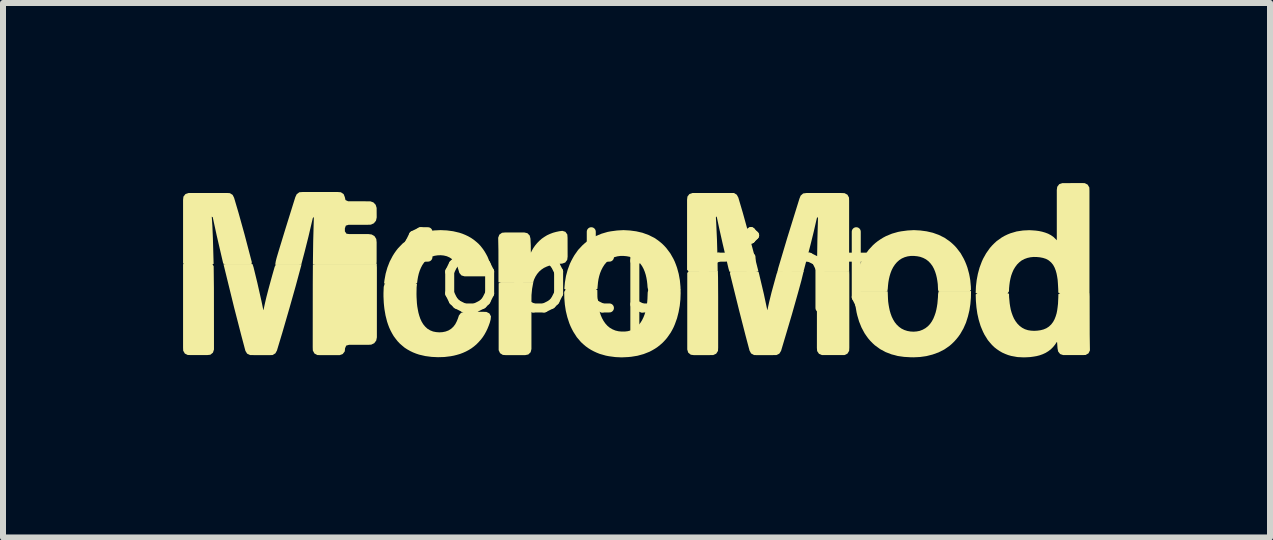
<source format=kicad_pcb>
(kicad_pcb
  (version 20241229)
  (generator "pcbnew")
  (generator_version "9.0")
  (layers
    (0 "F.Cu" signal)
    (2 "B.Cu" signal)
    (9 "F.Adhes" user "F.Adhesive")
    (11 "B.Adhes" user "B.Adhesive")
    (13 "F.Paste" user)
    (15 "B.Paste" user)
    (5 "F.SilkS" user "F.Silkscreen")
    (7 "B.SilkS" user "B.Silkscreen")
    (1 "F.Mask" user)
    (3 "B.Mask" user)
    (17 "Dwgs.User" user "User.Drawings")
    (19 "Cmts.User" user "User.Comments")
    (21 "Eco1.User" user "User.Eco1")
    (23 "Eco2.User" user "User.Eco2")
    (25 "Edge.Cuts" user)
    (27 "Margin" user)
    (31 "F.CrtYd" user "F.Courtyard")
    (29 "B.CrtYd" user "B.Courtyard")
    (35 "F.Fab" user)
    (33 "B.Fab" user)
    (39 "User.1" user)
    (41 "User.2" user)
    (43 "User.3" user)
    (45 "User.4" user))
  (footprint "footprint"
    (layer "F.Cu")
    (at 7.557 1.501)
    (property "Reference" "footprint" (at 0 0 0) (layer "F.SilkS") (effects (font (size 1.27 1.27) (thickness 0.15))))
    (fp_poly (pts (xy -7.047 -0.115) (xy -7.043 0.259) (xy -7.042 1.272) (xy -7.059 1.324) (xy -7.102 1.359) (xy -7.157 1.365) (xy -7.478 1.364) (xy -7.527 1.34) (xy -7.555 1.292) (xy -7.557 1.238) (xy -7.557 -0.152) (xy -7.069 -0.153)) (stroke (width 0) (type solid)) (fill yes) (layer "F.SilkS"))
    (fp_poly (pts (xy 3.543 0.022) (xy 3.543 1.241) (xy 3.54 1.295) (xy 3.511 1.342) (xy 3.461 1.365) (xy 3.088 1.365) (xy 3.038 1.344) (xy 3.007 1.298) (xy 3.003 1.244) (xy 3.004 -0.032) (xy 3.059 -0.035) (xy 3.541 -0.035)) (stroke (width 0) (type solid)) (fill yes) (layer "F.SilkS"))
    (fp_poly (pts (xy 1.356 0.075) (xy 1.358 0.394) (xy 1.358 1.242) (xy 1.355 1.296) (xy 1.325 1.342) (xy 1.275 1.365) (xy 0.956 1.366) (xy 0.902 1.359) (xy 0.859 1.324) (xy 0.843 1.272) (xy 0.843 -0.003) (xy 0.869 -0.035) (xy 1.353 -0.035)) (stroke (width 0) (type solid)) (fill yes) (layer "F.SilkS"))
    (fp_poly (pts (xy -1.742 0.261) (xy -1.752 0.366) (xy -1.753 0.471) (xy -1.753 1.264) (xy -1.766 1.317) (xy -1.805 1.355) (xy -1.859 1.366) (xy -2.176 1.366) (xy -2.23 1.362) (xy -2.276 1.333) (xy -2.299 1.283) (xy -2.299 0.169) (xy -2.257 0.152) (xy -1.722 0.152)) (stroke (width 0) (type solid)) (fill yes) (layer "F.SilkS"))
    (fp_poly (pts (xy -4.328 -0.095) (xy -4.328 1.07) (xy -4.339 1.123) (xy -4.372 1.167) (xy -4.422 1.191) (xy -4.476 1.194) (xy -4.793 1.194) (xy -4.839 1.207) (xy -4.858 1.251) (xy -4.863 1.303) (xy -4.897 1.347) (xy -4.948 1.366) (xy -5.267 1.366) (xy -5.321 1.364) (xy -5.369 1.338) (xy -5.395 1.289) (xy -5.397 1.235) (xy -5.396 0.176) (xy -5.394 -0.146) (xy -5.342 -0.152) (xy -4.331 -0.152)) (stroke (width 0) (type solid)) (fill yes) (layer "F.SilkS"))
    (fp_poly (pts (xy -6.777 -1.333) (xy -6.731 -1.304) (xy -6.707 -1.256) (xy -6.632 -1.002) (xy -6.533 -0.646) (xy -6.412 -0.185) (xy -6.417 -0.142) (xy -6.845 -0.142) (xy -6.888 -0.16) (xy -6.996 -0.625) (xy -7.063 -0.933) (xy -7.079 -0.941) (xy -7.069 -0.792) (xy -7.06 -0.581) (xy -7.048 -0.155) (xy -7.093 -0.142) (xy -7.518 -0.142) (xy -7.557 -0.162) (xy -7.557 -1.221) (xy -7.551 -1.275) (xy -7.517 -1.318) (xy -7.466 -1.335) (xy -6.831 -1.336)) (stroke (width 0) (type solid)) (fill yes) (layer "F.SilkS"))
    (fp_poly (pts (xy 3.463 -1.333) (xy 3.512 -1.307) (xy 3.538 -1.259) (xy 3.54 -1.205) (xy 3.54 -0.038) (xy 3.495 -0.024) (xy 3.015 -0.024) (xy 3.004 -0.071) (xy 3.011 -0.547) (xy 3.021 -0.916) (xy 3.008 -0.937) (xy 2.998 -0.899) (xy 2.951 -0.693) (xy 2.9 -0.487) (xy 2.834 -0.231) (xy 2.779 -0.024) (xy 2.346 -0.024) (xy 2.357 -0.077) (xy 2.508 -0.584) (xy 2.712 -1.241) (xy 2.732 -1.291) (xy 2.774 -1.328) (xy 2.827 -1.335) (xy 3.409 -1.335)) (stroke (width 0) (type solid)) (fill yes) (layer "F.SilkS"))
    (fp_poly (pts (xy 1.621 -1.335) (xy 1.668 -1.307) (xy 1.694 -1.259) (xy 1.769 -1.005) (xy 1.868 -0.648) (xy 1.95 -0.341) (xy 2.029 -0.028) (xy 1.973 -0.025) (xy 1.546 -0.025) (xy 1.53 -0.079) (xy 1.433 -0.491) (xy 1.375 -0.749) (xy 1.333 -0.946) (xy 1.32 -0.929) (xy 1.326 -0.826) (xy 1.338 -0.561) (xy 1.347 -0.244) (xy 1.35 -0.027) (xy 1.294 -0.026) (xy 0.869 -0.026) (xy 0.84 -0.056) (xy 0.84 -1.222) (xy 0.846 -1.276) (xy 0.88 -1.319) (xy 0.931 -1.336) (xy 1.567 -1.336)) (stroke (width 0) (type solid)) (fill yes) (layer "F.SilkS"))
    (fp_poly (pts (xy 2.033 -0.017) (xy 2.119 0.346) (xy 2.174 0.604) (xy 2.179 0.616) (xy 2.186 0.579) (xy 2.209 0.476) (xy 2.247 0.321) (xy 2.331 0.015) (xy 2.35 -0.035) (xy 2.783 -0.035) (xy 2.744 0.125) (xy 2.688 0.329) (xy 2.587 0.686) (xy 2.497 0.99) (xy 2.406 1.295) (xy 2.377 1.341) (xy 2.328 1.365) (xy 2.009 1.366) (xy 1.955 1.364) (xy 1.907 1.338) (xy 1.881 1.291) (xy 1.813 1.034) (xy 1.708 0.624) (xy 1.555 0.007) (xy 1.562 -0.035) (xy 1.99 -0.035)) (stroke (width 0) (type solid)) (fill yes) (layer "F.SilkS"))
    (fp_poly (pts (xy -5.584 -0.143) (xy -5.682 0.22) (xy -5.783 0.577) (xy -5.901 0.984) (xy -5.993 1.289) (xy -6.019 1.336) (xy -6.066 1.364) (xy -6.121 1.366) (xy -6.439 1.365) (xy -6.489 1.342) (xy -6.518 1.296) (xy -6.586 1.04) (xy -6.705 0.578) (xy -6.883 -0.148) (xy -6.829 -0.152) (xy -6.401 -0.152) (xy -6.383 -0.099) (xy -6.32 0.159) (xy -6.25 0.469) (xy -6.22 0.615) (xy -6.216 0.61) (xy -6.194 0.507) (xy -6.17 0.404) (xy -6.13 0.25) (xy -6.074 0.046) (xy -6.03 -0.108) (xy -6.006 -0.152) (xy -5.632 -0.152)) (stroke (width 0) (type solid)) (fill yes) (layer "F.SilkS"))
    (fp_poly (pts (xy -4.928 -1.348) (xy -4.882 -1.317) (xy -4.862 -1.267) (xy -4.851 -1.218) (xy -4.808 -1.198) (xy -4.437 -1.197) (xy -4.386 -1.179) (xy -4.348 -1.139) (xy -4.332 -1.087) (xy -4.331 -0.927) (xy -4.343 -0.874) (xy -4.378 -0.831) (xy -4.428 -0.808) (xy -4.482 -0.806) (xy -4.799 -0.806) (xy -4.845 -0.792) (xy -4.861 -0.747) (xy -4.861 -0.696) (xy -4.834 -0.657) (xy -4.785 -0.651) (xy -4.467 -0.651) (xy -4.414 -0.644) (xy -4.367 -0.616) (xy -4.338 -0.569) (xy -4.332 -0.515) (xy -4.332 -0.197) (xy -4.335 -0.142) (xy -5.348 -0.142) (xy -5.394 -0.154) (xy -5.389 -0.529) (xy -5.379 -0.9) (xy -5.379 -0.937) (xy -5.396 -0.916) (xy -5.468 -0.608) (xy -5.533 -0.35) (xy -5.588 -0.142) (xy -6.022 -0.142) (xy -6.012 -0.201) (xy -5.999 -0.252) (xy -5.969 -0.354) (xy -5.845 -0.76) (xy -5.687 -1.266) (xy -5.664 -1.315) (xy -5.62 -1.348) (xy -5.565 -1.352) (xy -4.982 -1.352)) (stroke (width 0) (type solid)) (fill yes) (layer "F.SilkS"))
    (fp_poly (pts (xy -1.187 -0.689) (xy -1.155 -0.644) (xy -1.151 -0.59) (xy -1.15 -0.274) (xy -1.157 -0.221) (xy -1.19 -0.177) (xy -1.241 -0.159) (xy -1.294 -0.156) (xy -1.346 -0.15) (xy -1.398 -0.141) (xy -1.448 -0.128) (xy -1.497 -0.11) (xy -1.544 -0.088) (xy -1.587 -0.059) (xy -1.626 -0.025) (xy -1.659 0.015) (xy -1.687 0.059) (xy -1.709 0.106) (xy -1.726 0.159) (xy -1.78 0.162) (xy -2.255 0.162) (xy -2.302 0.152) (xy -2.303 -0.379) (xy -2.307 -0.59) (xy -2.288 -0.641) (xy -2.243 -0.673) (xy -2.19 -0.678) (xy -1.873 -0.678) (xy -1.82 -0.666) (xy -1.782 -0.627) (xy -1.769 -0.575) (xy -1.764 -0.469) (xy -1.763 -0.364) (xy -1.762 -0.341) (xy -1.748 -0.371) (xy -1.722 -0.417) (xy -1.692 -0.46) (xy -1.658 -0.501) (xy -1.621 -0.539) (xy -1.581 -0.574) (xy -1.538 -0.604) (xy -1.492 -0.632) (xy -1.444 -0.654) (xy -1.394 -0.673) (xy -1.343 -0.687) (xy -1.291 -0.698) (xy -1.238 -0.705)) (stroke (width 0) (type solid)) (fill yes) (layer "F.SilkS"))
    (fp_poly (pts (xy -3.161 -0.712) (xy -3.056 -0.698) (xy -2.954 -0.674) (xy -2.903 -0.657) (xy -2.854 -0.637) (xy -2.806 -0.614) (xy -2.76 -0.588) (xy -2.716 -0.558) (xy -2.675 -0.525) (xy -2.635 -0.49) (xy -2.599 -0.451) (xy -2.566 -0.409) (xy -2.536 -0.366) (xy -2.509 -0.32) (xy -2.484 -0.273) (xy -2.464 -0.224) (xy -2.446 -0.174) (xy -2.432 -0.123) (xy -2.42 -0.071) (xy -2.419 -0.017) (xy -2.447 0.029) (xy -2.497 0.052) (xy -2.55 0.053) (xy -2.867 0.053) (xy -2.919 0.038) (xy -2.954 -0.004) (xy -2.969 -0.056) (xy -2.985 -0.105) (xy -3.008 -0.152) (xy -3.037 -0.195) (xy -3.073 -0.232) (xy -3.116 -0.261) (xy -3.163 -0.282) (xy -3.213 -0.294) (xy -3.265 -0.299) (xy -3.317 -0.297) (xy -3.368 -0.289) (xy -3.418 -0.273) (xy -3.463 -0.248) (xy -3.504 -0.216) (xy -3.54 -0.179) (xy -3.57 -0.136) (xy -3.594 -0.09) (xy -3.614 -0.042) (xy -3.63 0.008) (xy -3.642 0.059) (xy -3.651 0.11) (xy -3.658 0.165) (xy -3.694 0.189) (xy -4.171 0.189) (xy -4.208 0.169) (xy -4.201 0.113) (xy -4.182 0.009) (xy -4.153 -0.093) (xy -4.115 -0.191) (xy -4.066 -0.285) (xy -4.038 -0.33) (xy -4.008 -0.373) (xy -3.975 -0.415) (xy -3.901 -0.492) (xy -3.818 -0.557) (xy -3.773 -0.585) (xy -3.727 -0.611) (xy -3.679 -0.635) (xy -3.58 -0.672) (xy -3.478 -0.697) (xy -3.373 -0.712) (xy -3.267 -0.717)) (stroke (width 0) (type solid)) (fill yes) (layer "F.SilkS"))
    (fp_poly (pts (xy -0.112 -0.711) (xy -0.007 -0.697) (xy 0.097 -0.673) (xy 0.198 -0.636) (xy 0.293 -0.589) (xy 0.338 -0.559) (xy 0.381 -0.527) (xy 0.422 -0.493) (xy 0.46 -0.456) (xy 0.496 -0.416) (xy 0.56 -0.331) (xy 0.613 -0.238) (xy 0.636 -0.189) (xy 0.655 -0.14) (xy 0.673 -0.09) (xy 0.701 0.013) (xy 0.72 0.118) (xy 0.73 0.225) (xy 0.732 0.283) (xy 0.676 0.285) (xy 0.193 0.285) (xy 0.182 0.236) (xy 0.178 0.183) (xy 0.172 0.131) (xy 0.163 0.079) (xy 0.151 0.027) (xy 0.135 -0.023) (xy 0.115 -0.072) (xy 0.09 -0.118) (xy 0.06 -0.16) (xy 0.024 -0.198) (xy -0.018 -0.23) (xy -0.064 -0.254) (xy -0.114 -0.272) (xy -0.165 -0.282) (xy -0.217 -0.287) (xy -0.27 -0.287) (xy -0.322 -0.28) (xy -0.372 -0.266) (xy -0.42 -0.245) (xy -0.464 -0.216) (xy -0.503 -0.181) (xy -0.537 -0.141) (xy -0.565 -0.097) (xy -0.589 -0.05) (xy -0.609 -0.001) (xy -0.624 0.049) (xy -0.636 0.101) (xy -0.644 0.153) (xy -0.654 0.261) (xy -0.689 0.285) (xy -1.171 0.285) (xy -1.205 0.26) (xy -1.195 0.151) (xy -1.177 0.046) (xy -1.149 -0.057) (xy -1.112 -0.157) (xy -1.089 -0.205) (xy -1.064 -0.252) (xy -1.037 -0.299) (xy -0.976 -0.386) (xy -0.903 -0.464) (xy -0.863 -0.5) (xy -0.822 -0.533) (xy -0.778 -0.564) (xy -0.732 -0.591) (xy -0.685 -0.616) (xy -0.586 -0.657) (xy -0.484 -0.687) (xy -0.431 -0.697) (xy -0.326 -0.711) (xy -0.219 -0.717)) (stroke (width 0) (type solid)) (fill yes) (layer "F.SilkS"))
    (fp_poly (pts (xy 5.569 0.409) (xy 5.56 0.515) (xy 5.544 0.62) (xy 5.519 0.723) (xy 5.487 0.825) (xy 5.444 0.922) (xy 5.391 1.014) (xy 5.36 1.058) (xy 5.327 1.099) (xy 5.291 1.139) (xy 5.253 1.176) (xy 5.213 1.211) (xy 5.125 1.272) (xy 5.03 1.32) (xy 4.93 1.356) (xy 4.827 1.382) (xy 4.721 1.397) (xy 4.615 1.402) (xy 4.562 1.401) (xy 4.456 1.395) (xy 4.35 1.38) (xy 4.299 1.366) (xy 4.247 1.353) (xy 4.148 1.315) (xy 4.054 1.264) (xy 3.968 1.201) (xy 3.929 1.165) (xy 3.892 1.127) (xy 3.857 1.086) (xy 3.826 1.043) (xy 3.796 0.999) (xy 3.746 0.905) (xy 3.706 0.806) (xy 3.676 0.704) (xy 3.664 0.653) (xy 3.646 0.548) (xy 3.636 0.442) (xy 3.631 0.335) (xy 3.654 0.298) (xy 4.134 0.298) (xy 4.183 0.307) (xy 4.187 0.417) (xy 4.19 0.47) (xy 4.197 0.522) (xy 4.206 0.574) (xy 4.217 0.625) (xy 4.232 0.676) (xy 4.25 0.725) (xy 4.273 0.772) (xy 4.3 0.817) (xy 4.333 0.858) (xy 4.371 0.894) (xy 4.413 0.924) (xy 4.46 0.947) (xy 4.51 0.963) (xy 4.561 0.972) (xy 4.613 0.975) (xy 4.666 0.971) (xy 4.717 0.961) (xy 4.766 0.942) (xy 4.811 0.917) (xy 4.852 0.885) (xy 4.888 0.847) (xy 4.918 0.804) (xy 4.943 0.758) (xy 4.963 0.709) (xy 4.98 0.66) (xy 4.993 0.609) (xy 5.003 0.557) (xy 5.011 0.505) (xy 5.02 0.4) (xy 5.022 0.346) (xy 5.032 0.298) (xy 5.571 0.298)) (stroke (width 0) (type solid)) (fill yes) (layer "F.SilkS"))
    (fp_poly (pts (xy 7.465 -1.5) (xy 7.514 -1.475) (xy 7.542 -1.427) (xy 7.544 -1.373) (xy 7.544 0.328) (xy 7.496 0.339) (xy 7.07 0.339) (xy 7.025 0.325) (xy 7.024 0.269) (xy 7.018 0.163) (xy 7.014 0.11) (xy 7.006 0.058) (xy 6.996 0.006) (xy 6.982 -0.044) (xy 6.963 -0.093) (xy 6.938 -0.139) (xy 6.905 -0.179) (xy 6.865 -0.213) (xy 6.82 -0.238) (xy 6.77 -0.254) (xy 6.719 -0.264) (xy 6.667 -0.269) (xy 6.614 -0.27) (xy 6.562 -0.265) (xy 6.511 -0.254) (xy 6.461 -0.236) (xy 6.415 -0.212) (xy 6.374 -0.18) (xy 6.337 -0.143) (xy 6.306 -0.101) (xy 6.279 -0.056) (xy 6.258 -0.008) (xy 6.24 0.042) (xy 6.227 0.093) (xy 6.217 0.144) (xy 6.21 0.197) (xy 6.205 0.249) (xy 6.203 0.303) (xy 6.179 0.339) (xy 5.699 0.339) (xy 5.648 0.332) (xy 5.653 0.221) (xy 5.659 0.168) (xy 5.665 0.115) (xy 5.685 0.011) (xy 5.713 -0.092) (xy 5.75 -0.191) (xy 5.772 -0.24) (xy 5.824 -0.333) (xy 5.886 -0.42) (xy 5.921 -0.46) (xy 5.959 -0.498) (xy 5.998 -0.534) (xy 6.085 -0.596) (xy 6.131 -0.622) (xy 6.179 -0.645) (xy 6.229 -0.665) (xy 6.331 -0.695) (xy 6.437 -0.711) (xy 6.543 -0.716) (xy 6.596 -0.713) (xy 6.649 -0.709) (xy 6.702 -0.702) (xy 6.754 -0.691) (xy 6.806 -0.676) (xy 6.856 -0.657) (xy 6.903 -0.632) (xy 6.947 -0.601) (xy 7 -0.548) (xy 7 -1.385) (xy 7.007 -1.439) (xy 7.041 -1.483) (xy 7.092 -1.5) (xy 7.411 -1.501)) (stroke (width 0) (type solid)) (fill yes) (layer "F.SilkS"))
    (fp_poly (pts (xy 4.726 -0.711) (xy 4.831 -0.697) (xy 4.935 -0.673) (xy 5.035 -0.637) (xy 5.131 -0.589) (xy 5.218 -0.528) (xy 5.259 -0.493) (xy 5.297 -0.457) (xy 5.333 -0.417) (xy 5.398 -0.332) (xy 5.45 -0.24) (xy 5.473 -0.191) (xy 5.493 -0.142) (xy 5.511 -0.092) (xy 5.539 0.011) (xy 5.549 0.063) (xy 5.558 0.116) (xy 5.568 0.222) (xy 5.57 0.277) (xy 5.544 0.308) (xy 5.063 0.308) (xy 5.022 0.29) (xy 5.017 0.182) (xy 5.01 0.129) (xy 5.001 0.077) (xy 4.989 0.026) (xy 4.973 -0.024) (xy 4.953 -0.073) (xy 4.928 -0.119) (xy 4.897 -0.161) (xy 4.861 -0.199) (xy 4.82 -0.23) (xy 4.774 -0.254) (xy 4.724 -0.272) (xy 4.673 -0.282) (xy 4.621 -0.287) (xy 4.568 -0.287) (xy 4.516 -0.28) (xy 4.466 -0.266) (xy 4.418 -0.245) (xy 4.375 -0.217) (xy 4.336 -0.182) (xy 4.302 -0.142) (xy 4.273 -0.098) (xy 4.249 -0.051) (xy 4.23 -0.002) (xy 4.215 0.048) (xy 4.203 0.099) (xy 4.194 0.151) (xy 4.188 0.204) (xy 4.184 0.257) (xy 4.176 0.308) (xy 3.637 0.308) (xy 3.634 0.255) (xy 3.643 0.148) (xy 3.652 0.096) (xy 3.662 0.044) (xy 3.676 -0.008) (xy 3.69 -0.059) (xy 3.708 -0.109) (xy 3.728 -0.159) (xy 3.75 -0.207) (xy 3.802 -0.3) (xy 3.864 -0.387) (xy 3.936 -0.465) (xy 3.976 -0.501) (xy 4.018 -0.534) (xy 4.062 -0.564) (xy 4.107 -0.592) (xy 4.154 -0.617) (xy 4.253 -0.658) (xy 4.355 -0.687) (xy 4.407 -0.697) (xy 4.513 -0.711) (xy 4.619 -0.717)) (stroke (width 0) (type solid)) (fill yes) (layer "F.SilkS"))
    (fp_poly (pts (xy 6.204 0.343) (xy 6.205 0.399) (xy 6.215 0.504) (xy 6.223 0.556) (xy 6.233 0.608) (xy 6.247 0.658) (xy 6.265 0.708) (xy 6.286 0.756) (xy 6.313 0.801) (xy 6.344 0.842) (xy 6.381 0.879) (xy 6.423 0.91) (xy 6.469 0.934) (xy 6.519 0.95) (xy 6.57 0.958) (xy 6.623 0.961) (xy 6.675 0.958) (xy 6.727 0.951) (xy 6.778 0.938) (xy 6.826 0.918) (xy 6.869 0.89) (xy 6.907 0.854) (xy 6.938 0.813) (xy 6.963 0.767) (xy 6.982 0.718) (xy 6.997 0.668) (xy 7.007 0.616) (xy 7.014 0.564) (xy 7.02 0.512) (xy 7.025 0.406) (xy 7.026 0.351) (xy 7.062 0.328) (xy 7.545 0.328) (xy 7.547 0.386) (xy 7.548 1.021) (xy 7.552 1.287) (xy 7.528 1.336) (xy 7.48 1.363) (xy 7.426 1.365) (xy 7.107 1.365) (xy 7.056 1.348) (xy 7.022 1.305) (xy 7.012 1.252) (xy 7.005 1.15) (xy 6.999 1.148) (xy 6.972 1.189) (xy 6.938 1.231) (xy 6.9 1.269) (xy 6.858 1.301) (xy 6.812 1.329) (xy 6.764 1.351) (xy 6.713 1.369) (xy 6.662 1.382) (xy 6.609 1.391) (xy 6.557 1.398) (xy 6.504 1.401) (xy 6.45 1.403) (xy 6.344 1.398) (xy 6.24 1.379) (xy 6.188 1.364) (xy 6.139 1.345) (xy 6.09 1.323) (xy 6.044 1.296) (xy 6 1.266) (xy 5.958 1.233) (xy 5.92 1.196) (xy 5.885 1.156) (xy 5.851 1.115) (xy 5.795 1.025) (xy 5.771 0.977) (xy 5.75 0.928) (xy 5.73 0.879) (xy 5.699 0.777) (xy 5.676 0.674) (xy 5.661 0.569) (xy 5.652 0.463) (xy 5.649 0.355) (xy 5.682 0.328) (xy 6.16 0.328)) (stroke (width 0) (type solid)) (fill yes) (layer "F.SilkS"))
    (fp_poly (pts (xy -3.666 0.237) (xy -3.668 0.343) (xy -3.667 0.396) (xy -3.661 0.501) (xy -3.655 0.554) (xy -3.646 0.606) (xy -3.636 0.657) (xy -3.622 0.708) (xy -3.605 0.758) (xy -3.583 0.806) (xy -3.556 0.851) (xy -3.523 0.891) (xy -3.485 0.926) (xy -3.44 0.953) (xy -3.392 0.972) (xy -3.341 0.982) (xy -3.288 0.986) (xy -3.236 0.983) (xy -3.185 0.973) (xy -3.136 0.955) (xy -3.092 0.928) (xy -3.054 0.893) (xy -3.022 0.851) (xy -2.998 0.805) (xy -2.978 0.756) (xy -2.961 0.705) (xy -2.927 0.662) (xy -2.875 0.645) (xy -2.556 0.644) (xy -2.502 0.646) (xy -2.453 0.671) (xy -2.427 0.72) (xy -2.433 0.774) (xy -2.447 0.826) (xy -2.465 0.876) (xy -2.485 0.925) (xy -2.508 0.973) (xy -2.534 1.02) (xy -2.563 1.065) (xy -2.595 1.107) (xy -2.631 1.147) (xy -2.668 1.185) (xy -2.709 1.22) (xy -2.752 1.252) (xy -2.797 1.28) (xy -2.844 1.305) (xy -2.893 1.327) (xy -2.943 1.346) (xy -2.994 1.361) (xy -3.045 1.374) (xy -3.098 1.384) (xy -3.203 1.397) (xy -3.31 1.4) (xy -3.416 1.395) (xy -3.522 1.381) (xy -3.625 1.357) (xy -3.676 1.34) (xy -3.726 1.32) (xy -3.774 1.297) (xy -3.82 1.271) (xy -3.865 1.242) (xy -3.906 1.208) (xy -3.946 1.173) (xy -3.983 1.134) (xy -4.016 1.092) (xy -4.048 1.049) (xy -4.075 1.003) (xy -4.1 0.956) (xy -4.122 0.908) (xy -4.141 0.858) (xy -4.158 0.807) (xy -4.184 0.704) (xy -4.202 0.599) (xy -4.208 0.547) (xy -4.213 0.494) (xy -4.218 0.388) (xy -4.218 0.334) (xy -4.214 0.228) (xy -4.199 0.179) (xy -3.66 0.179)) (stroke (width 0) (type solid)) (fill yes) (layer "F.SilkS"))
    (fp_poly (pts (xy 0.733 0.332) (xy 0.729 0.438) (xy 0.718 0.544) (xy 0.699 0.648) (xy 0.673 0.751) (xy 0.637 0.851) (xy 0.616 0.9) (xy 0.592 0.947) (xy 0.566 0.993) (xy 0.505 1.08) (xy 0.47 1.12) (xy 0.433 1.159) (xy 0.393 1.194) (xy 0.352 1.227) (xy 0.308 1.257) (xy 0.262 1.284) (xy 0.215 1.309) (xy 0.116 1.348) (xy 0.014 1.376) (xy -0.091 1.393) (xy -0.144 1.398) (xy -0.25 1.403) (xy -0.356 1.398) (xy -0.461 1.384) (xy -0.513 1.374) (xy -0.615 1.345) (xy -0.665 1.325) (xy -0.713 1.303) (xy -0.76 1.278) (xy -0.805 1.25) (xy -0.848 1.219) (xy -0.889 1.184) (xy -0.928 1.148) (xy -0.997 1.067) (xy -1.054 0.978) (xy -1.079 0.931) (xy -1.102 0.883) (xy -1.122 0.834) (xy -1.155 0.733) (xy -1.18 0.63) (xy -1.196 0.525) (xy -1.205 0.419) (xy -1.206 0.366) (xy -1.207 0.312) (xy -1.184 0.275) (xy -0.705 0.275) (xy -0.655 0.282) (xy -0.654 0.392) (xy -0.65 0.444) (xy -0.637 0.549) (xy -0.627 0.601) (xy -0.614 0.651) (xy -0.598 0.701) (xy -0.577 0.749) (xy -0.552 0.795) (xy -0.522 0.838) (xy -0.487 0.877) (xy -0.447 0.91) (xy -0.402 0.936) (xy -0.354 0.956) (xy -0.303 0.968) (xy -0.251 0.973) (xy -0.199 0.973) (xy -0.148 0.967) (xy -0.097 0.953) (xy -0.05 0.931) (xy -0.007 0.902) (xy 0.031 0.867) (xy 0.064 0.826) (xy 0.091 0.782) (xy 0.114 0.735) (xy 0.133 0.686) (xy 0.148 0.636) (xy 0.16 0.584) (xy 0.169 0.533) (xy 0.176 0.48) (xy 0.18 0.428) (xy 0.184 0.322) (xy 0.194 0.274) (xy 0.731 0.274)) (stroke (width 0) (type solid)) (fill yes) (layer "F.SilkS")))
  (gr_rect
    (start -3 -3)
    (end 18.109 5.904)
    (stroke (width 0.1) (type default))
    (fill no)
    (layer "Edge.Cuts")))
</source>
